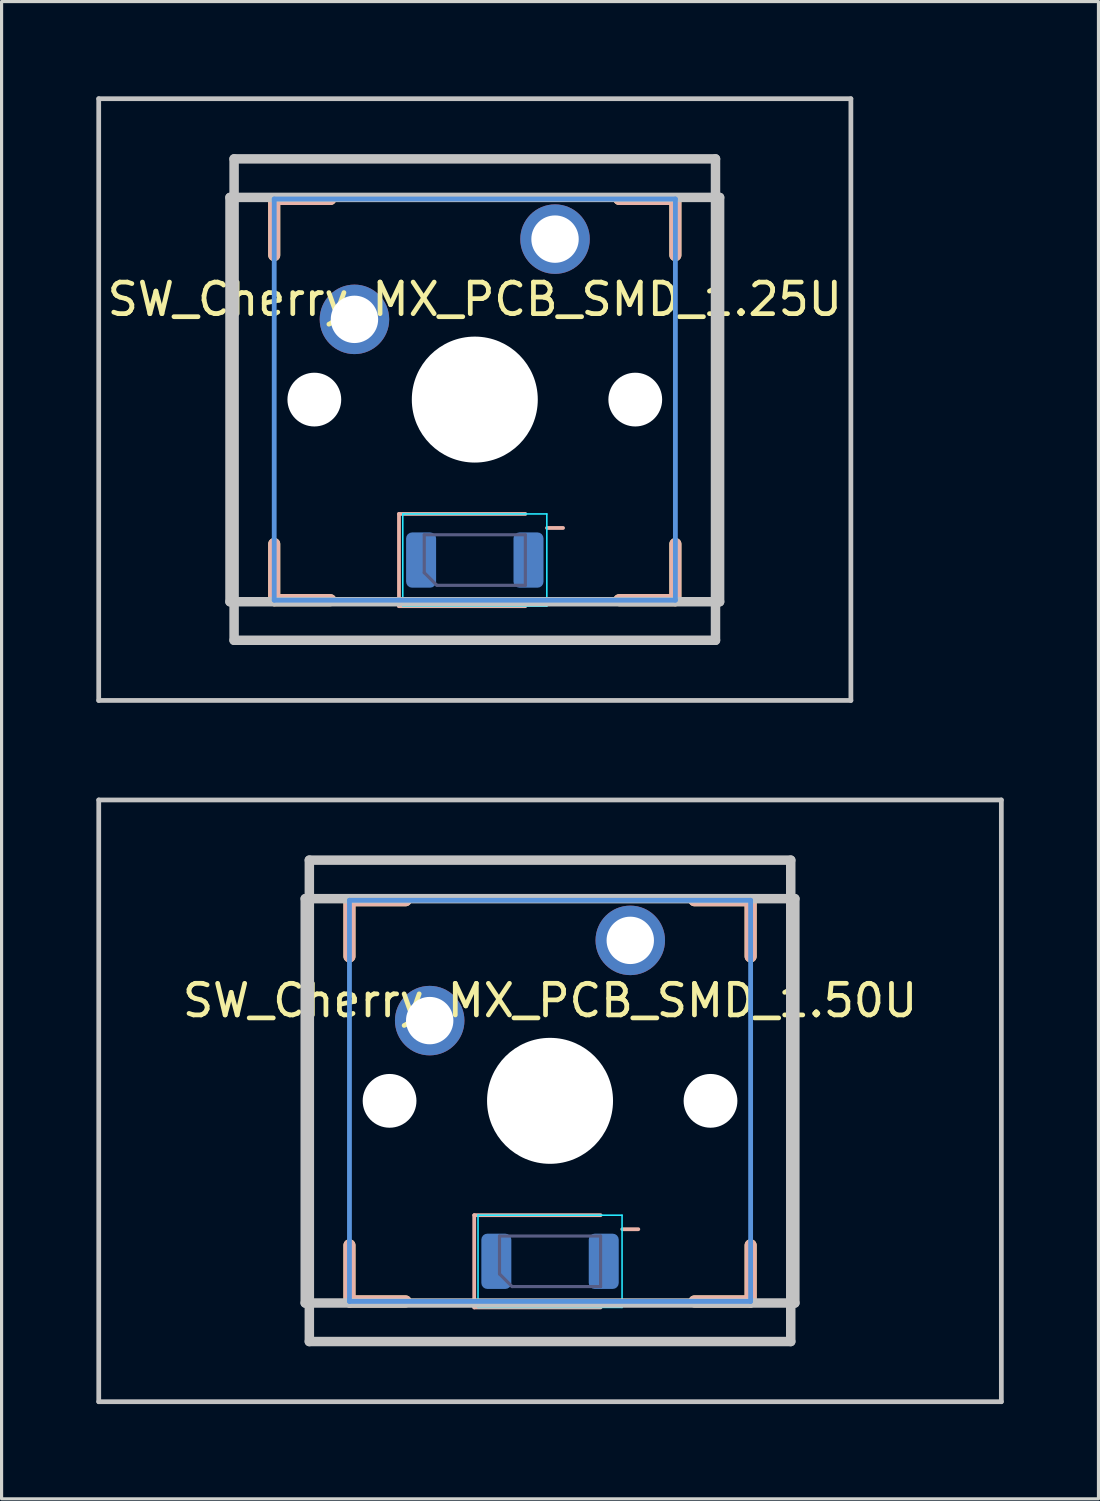
<source format=kicad_pcb>
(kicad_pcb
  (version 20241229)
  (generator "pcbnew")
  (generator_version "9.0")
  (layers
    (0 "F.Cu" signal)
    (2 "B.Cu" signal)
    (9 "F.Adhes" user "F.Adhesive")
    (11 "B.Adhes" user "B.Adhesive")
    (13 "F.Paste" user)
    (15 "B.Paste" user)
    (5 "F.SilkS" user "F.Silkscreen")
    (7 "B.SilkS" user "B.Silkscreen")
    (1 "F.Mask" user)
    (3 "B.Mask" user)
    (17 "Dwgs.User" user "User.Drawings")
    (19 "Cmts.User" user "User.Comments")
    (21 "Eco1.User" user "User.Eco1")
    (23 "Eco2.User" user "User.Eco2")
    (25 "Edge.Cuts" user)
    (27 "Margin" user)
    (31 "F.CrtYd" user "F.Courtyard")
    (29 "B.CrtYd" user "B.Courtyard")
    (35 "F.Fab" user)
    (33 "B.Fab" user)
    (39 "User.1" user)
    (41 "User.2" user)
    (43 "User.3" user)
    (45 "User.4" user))
  (footprint "SW_Cherry_MX_PCB_SMD_1.50U"
    (layer "F.Cu")
    (at 14.363 31.8)
    (property "Reference" "SW_Cherry_MX_PCB_SMD_1.50U" (at 0 -3.175 0) (layer "F.SilkS") (effects (font (size 1 1) (thickness 0.15))))
    (attr exclude_from_pos_files exclude_from_bom)
    (fp_line (start -6.35 -6.35) (end -4.572 -6.35) (stroke (width 0.381) (type solid)) (layer "F.SilkS"))
    (fp_line (start -6.35 -4.572) (end -6.35 -6.35) (stroke (width 0.381) (type solid)) (layer "F.SilkS"))
    (fp_line (start -6.35 6.35) (end -6.35 4.572) (stroke (width 0.381) (type solid)) (layer "F.SilkS"))
    (fp_line (start -4.572 6.35) (end -6.35 6.35) (stroke (width 0.381) (type solid)) (layer "F.SilkS"))
    (fp_line (start 4.572 -6.35) (end 6.35 -6.35) (stroke (width 0.381) (type solid)) (layer "F.SilkS"))
    (fp_line (start 6.35 -6.35) (end 6.35 -4.572) (stroke (width 0.381) (type solid)) (layer "F.SilkS"))
    (fp_line (start 6.35 4.572) (end 6.35 6.35) (stroke (width 0.381) (type solid)) (layer "F.SilkS"))
    (fp_line (start 6.35 6.35) (end 4.572 6.35) (stroke (width 0.381) (type solid)) (layer "F.SilkS"))
    (fp_line (start -6.35 -6.35) (end -6.35 -4.572) (stroke (width 0.381) (type solid)) (layer "B.SilkS"))
    (fp_line (start -6.35 4.572) (end -6.35 6.35) (stroke (width 0.381) (type solid)) (layer "B.SilkS"))
    (fp_line (start -6.35 6.35) (end -4.572 6.35) (stroke (width 0.381) (type solid)) (layer "B.SilkS"))
    (fp_line (start -4.572 -6.35) (end -6.35 -6.35) (stroke (width 0.381) (type solid)) (layer "B.SilkS"))
    (fp_line (start -2.4 3.62) (end 1.6 3.62) (stroke (width 0.12) (type solid)) (layer "B.SilkS"))
    (fp_line (start -2.4 6.54) (end -2.4 3.62) (stroke (width 0.12) (type solid)) (layer "B.SilkS"))
    (fp_line (start 1.6 6.54) (end -2.4 6.54) (stroke (width 0.12) (type solid)) (layer "B.SilkS"))
    (fp_line (start 2.286 4.064) (end 2.794 4.064) (stroke (width 0.12) (type solid)) (layer "B.SilkS"))
    (fp_line (start 4.572 6.35) (end 6.35 6.35) (stroke (width 0.381) (type solid)) (layer "B.SilkS"))
    (fp_line (start 6.35 -6.35) (end 4.572 -6.35) (stroke (width 0.381) (type solid)) (layer "B.SilkS"))
    (fp_line (start 6.35 -4.572) (end 6.35 -6.35) (stroke (width 0.381) (type solid)) (layer "B.SilkS"))
    (fp_line (start 6.35 6.35) (end 6.35 4.572) (stroke (width 0.381) (type solid)) (layer "B.SilkS"))
    (fp_line (start -14.287 -9.525) (end 14.287 -9.525) (stroke (width 0.15) (type solid)) (layer "Dwgs.User"))
    (fp_line (start -14.287 9.525) (end -14.287 -9.525) (stroke (width 0.15) (type solid)) (layer "Dwgs.User"))
    (fp_line (start -7.75 6.4) (end -7.75 -6.4) (stroke (width 0.3) (type solid)) (layer "Dwgs.User"))
    (fp_line (start -7.75 6.4) (end 7.75 6.4) (stroke (width 0.3) (type solid)) (layer "Dwgs.User"))
    (fp_line (start -7.62 -7.62) (end 7.62 -7.62) (stroke (width 0.3) (type solid)) (layer "Dwgs.User"))
    (fp_line (start -7.62 7.62) (end -7.62 -7.62) (stroke (width 0.3) (type solid)) (layer "Dwgs.User"))
    (fp_line (start 7.62 -7.62) (end 7.62 7.62) (stroke (width 0.3) (type solid)) (layer "Dwgs.User"))
    (fp_line (start 7.62 7.62) (end -7.62 7.62) (stroke (width 0.3) (type solid)) (layer "Dwgs.User"))
    (fp_line (start 7.75 -6.4) (end -7.75 -6.4) (stroke (width 0.3) (type solid)) (layer "Dwgs.User"))
    (fp_line (start 7.75 6.4) (end 7.75 -6.4) (stroke (width 0.3) (type solid)) (layer "Dwgs.User"))
    (fp_line (start 14.287 -9.525) (end 14.287 9.525) (stroke (width 0.15) (type solid)) (layer "Dwgs.User"))
    (fp_line (start 14.287 9.525) (end -14.287 9.525) (stroke (width 0.15) (type solid)) (layer "Dwgs.User"))
    (fp_line (start -6.35 -6.35) (end 6.35 -6.35) (stroke (width 0.152) (type solid)) (layer "Cmts.User"))
    (fp_line (start -6.35 6.35) (end -6.35 -6.35) (stroke (width 0.152) (type solid)) (layer "Cmts.User"))
    (fp_line (start 6.35 -6.35) (end 6.35 6.35) (stroke (width 0.152) (type solid)) (layer "Cmts.User"))
    (fp_line (start 6.35 6.35) (end -6.35 6.35) (stroke (width 0.152) (type solid)) (layer "Cmts.User"))
    (fp_line (start -6.985 -6.985) (end 6.985 -6.985) (stroke (width 0.152) (type solid)) (layer "Eco2.User"))
    (fp_line (start -6.985 6.985) (end -6.985 -6.985) (stroke (width 0.152) (type solid)) (layer "Eco2.User"))
    (fp_line (start 6.985 -6.985) (end 6.985 6.985) (stroke (width 0.152) (type solid)) (layer "Eco2.User"))
    (fp_line (start 6.985 6.985) (end -6.985 6.985) (stroke (width 0.152) (type solid)) (layer "Eco2.User"))
    (fp_line (start -2.28 3.62) (end -2.28 6.54) (stroke (width 0.05) (type solid)) (layer "B.CrtYd"))
    (fp_line (start -2.28 6.54) (end 2.28 6.54) (stroke (width 0.05) (type solid)) (layer "B.CrtYd"))
    (fp_line (start 2.28 3.62) (end -2.28 3.62) (stroke (width 0.05) (type solid)) (layer "B.CrtYd"))
    (fp_line (start 2.28 6.54) (end 2.28 3.62) (stroke (width 0.05) (type solid)) (layer "B.CrtYd"))
    (fp_line (start -1.6 4.28) (end 1.6 4.28) (stroke (width 0.1) (type solid)) (layer "B.Fab"))
    (fp_line (start -1.6 5.48) (end -1.6 4.28) (stroke (width 0.1) (type solid)) (layer "B.Fab"))
    (fp_line (start -1.2 5.88) (end -1.6 5.48) (stroke (width 0.1) (type solid)) (layer "B.Fab"))
    (fp_line (start 1.6 4.28) (end 1.6 5.88) (stroke (width 0.1) (type solid)) (layer "B.Fab"))
    (fp_line (start 1.6 5.88) (end -1.2 5.88) (stroke (width 0.1) (type solid)) (layer "B.Fab"))
    (pad "" np_thru_hole circle (at -5.08 0) (size 1.702 1.702) (drill 1.702) (layers "*.Cu" "*.Mask"))
    (pad "" np_thru_hole circle (at 0 0) (size 3.988 3.988) (drill 3.988) (layers "*.Cu" "*.Mask"))
    (pad "" np_thru_hole circle (at 5.08 0) (size 1.702 1.702) (drill 1.702) (layers "*.Cu" "*.Mask"))
    (pad "1" thru_hole circle (at -3.81 -2.54) (size 2.2 2.2) (drill 1.5) (layers "*.Cu" "*.Mask"))
    (pad "2" thru_hole circle (at 2.54 -5.08) (size 2.2 2.2) (drill 1.5) (layers "*.Cu" "*.Mask"))
    (pad "3" smd roundrect (at 1.7 5.08) (size 0.95 1.75) (layers "B.Cu" "B.Mask" "B.Paste") (roundrect_rratio 0.2))
    (pad "4" smd roundrect (at -1.7 5.08) (size 0.95 1.75) (layers "B.Cu" "B.Mask" "B.Paste") (roundrect_rratio 0.2)))
  (footprint "SW_Cherry_MX_PCB_SMD_1.25U"
    (layer "F.Cu")
    (at 11.981 9.6)
    (property "Reference" "SW_Cherry_MX_PCB_SMD_1.25U" (at 0 -3.175 0) (layer "F.SilkS") (effects (font (size 1 1) (thickness 0.15))))
    (attr exclude_from_pos_files exclude_from_bom)
    (fp_line (start -6.35 -6.35) (end -4.572 -6.35) (stroke (width 0.381) (type solid)) (layer "F.SilkS"))
    (fp_line (start -6.35 -4.572) (end -6.35 -6.35) (stroke (width 0.381) (type solid)) (layer "F.SilkS"))
    (fp_line (start -6.35 6.35) (end -6.35 4.572) (stroke (width 0.381) (type solid)) (layer "F.SilkS"))
    (fp_line (start -4.572 6.35) (end -6.35 6.35) (stroke (width 0.381) (type solid)) (layer "F.SilkS"))
    (fp_line (start 4.572 -6.35) (end 6.35 -6.35) (stroke (width 0.381) (type solid)) (layer "F.SilkS"))
    (fp_line (start 6.35 -6.35) (end 6.35 -4.572) (stroke (width 0.381) (type solid)) (layer "F.SilkS"))
    (fp_line (start 6.35 4.572) (end 6.35 6.35) (stroke (width 0.381) (type solid)) (layer "F.SilkS"))
    (fp_line (start 6.35 6.35) (end 4.572 6.35) (stroke (width 0.381) (type solid)) (layer "F.SilkS"))
    (fp_line (start -6.35 -6.35) (end -6.35 -4.572) (stroke (width 0.381) (type solid)) (layer "B.SilkS"))
    (fp_line (start -6.35 4.572) (end -6.35 6.35) (stroke (width 0.381) (type solid)) (layer "B.SilkS"))
    (fp_line (start -6.35 6.35) (end -4.572 6.35) (stroke (width 0.381) (type solid)) (layer "B.SilkS"))
    (fp_line (start -4.572 -6.35) (end -6.35 -6.35) (stroke (width 0.381) (type solid)) (layer "B.SilkS"))
    (fp_line (start -2.4 3.62) (end 1.6 3.62) (stroke (width 0.12) (type solid)) (layer "B.SilkS"))
    (fp_line (start -2.4 6.54) (end -2.4 3.62) (stroke (width 0.12) (type solid)) (layer "B.SilkS"))
    (fp_line (start 1.6 6.54) (end -2.4 6.54) (stroke (width 0.12) (type solid)) (layer "B.SilkS"))
    (fp_line (start 2.286 4.064) (end 2.794 4.064) (stroke (width 0.12) (type solid)) (layer "B.SilkS"))
    (fp_line (start 4.572 6.35) (end 6.35 6.35) (stroke (width 0.381) (type solid)) (layer "B.SilkS"))
    (fp_line (start 6.35 -6.35) (end 4.572 -6.35) (stroke (width 0.381) (type solid)) (layer "B.SilkS"))
    (fp_line (start 6.35 -4.572) (end 6.35 -6.35) (stroke (width 0.381) (type solid)) (layer "B.SilkS"))
    (fp_line (start 6.35 6.35) (end 6.35 4.572) (stroke (width 0.381) (type solid)) (layer "B.SilkS"))
    (fp_line (start -11.906 -9.525) (end 11.906 -9.525) (stroke (width 0.15) (type solid)) (layer "Dwgs.User"))
    (fp_line (start -11.906 9.525) (end -11.906 -9.525) (stroke (width 0.15) (type solid)) (layer "Dwgs.User"))
    (fp_line (start -7.75 6.4) (end -7.75 -6.4) (stroke (width 0.3) (type solid)) (layer "Dwgs.User"))
    (fp_line (start -7.75 6.4) (end 7.75 6.4) (stroke (width 0.3) (type solid)) (layer "Dwgs.User"))
    (fp_line (start -7.62 -7.62) (end 7.62 -7.62) (stroke (width 0.3) (type solid)) (layer "Dwgs.User"))
    (fp_line (start -7.62 7.62) (end -7.62 -7.62) (stroke (width 0.3) (type solid)) (layer "Dwgs.User"))
    (fp_line (start 7.62 -7.62) (end 7.62 7.62) (stroke (width 0.3) (type solid)) (layer "Dwgs.User"))
    (fp_line (start 7.62 7.62) (end -7.62 7.62) (stroke (width 0.3) (type solid)) (layer "Dwgs.User"))
    (fp_line (start 7.75 -6.4) (end -7.75 -6.4) (stroke (width 0.3) (type solid)) (layer "Dwgs.User"))
    (fp_line (start 7.75 6.4) (end 7.75 -6.4) (stroke (width 0.3) (type solid)) (layer "Dwgs.User"))
    (fp_line (start 11.906 -9.525) (end 11.906 9.525) (stroke (width 0.15) (type solid)) (layer "Dwgs.User"))
    (fp_line (start 11.906 9.525) (end -11.906 9.525) (stroke (width 0.15) (type solid)) (layer "Dwgs.User"))
    (fp_line (start -6.35 -6.35) (end 6.35 -6.35) (stroke (width 0.152) (type solid)) (layer "Cmts.User"))
    (fp_line (start -6.35 6.35) (end -6.35 -6.35) (stroke (width 0.152) (type solid)) (layer "Cmts.User"))
    (fp_line (start 6.35 -6.35) (end 6.35 6.35) (stroke (width 0.152) (type solid)) (layer "Cmts.User"))
    (fp_line (start 6.35 6.35) (end -6.35 6.35) (stroke (width 0.152) (type solid)) (layer "Cmts.User"))
    (fp_line (start -6.985 -6.985) (end 6.985 -6.985) (stroke (width 0.152) (type solid)) (layer "Eco2.User"))
    (fp_line (start -6.985 6.985) (end -6.985 -6.985) (stroke (width 0.152) (type solid)) (layer "Eco2.User"))
    (fp_line (start 6.985 -6.985) (end 6.985 6.985) (stroke (width 0.152) (type solid)) (layer "Eco2.User"))
    (fp_line (start 6.985 6.985) (end -6.985 6.985) (stroke (width 0.152) (type solid)) (layer "Eco2.User"))
    (fp_line (start -2.28 3.62) (end -2.28 6.54) (stroke (width 0.05) (type solid)) (layer "B.CrtYd"))
    (fp_line (start -2.28 6.54) (end 2.28 6.54) (stroke (width 0.05) (type solid)) (layer "B.CrtYd"))
    (fp_line (start 2.28 3.62) (end -2.28 3.62) (stroke (width 0.05) (type solid)) (layer "B.CrtYd"))
    (fp_line (start 2.28 6.54) (end 2.28 3.62) (stroke (width 0.05) (type solid)) (layer "B.CrtYd"))
    (fp_line (start -1.6 4.28) (end 1.6 4.28) (stroke (width 0.1) (type solid)) (layer "B.Fab"))
    (fp_line (start -1.6 5.48) (end -1.6 4.28) (stroke (width 0.1) (type solid)) (layer "B.Fab"))
    (fp_line (start -1.2 5.88) (end -1.6 5.48) (stroke (width 0.1) (type solid)) (layer "B.Fab"))
    (fp_line (start 1.6 4.28) (end 1.6 5.88) (stroke (width 0.1) (type solid)) (layer "B.Fab"))
    (fp_line (start 1.6 5.88) (end -1.2 5.88) (stroke (width 0.1) (type solid)) (layer "B.Fab"))
    (pad "" np_thru_hole circle (at -5.08 0) (size 1.702 1.702) (drill 1.702) (layers "*.Cu" "*.Mask"))
    (pad "" np_thru_hole circle (at 0 0) (size 3.988 3.988) (drill 3.988) (layers "*.Cu" "*.Mask"))
    (pad "" np_thru_hole circle (at 5.08 0) (size 1.702 1.702) (drill 1.702) (layers "*.Cu" "*.Mask"))
    (pad "1" thru_hole circle (at -3.81 -2.54) (size 2.2 2.2) (drill 1.5) (layers "*.Cu" "*.Mask"))
    (pad "2" thru_hole circle (at 2.54 -5.08) (size 2.2 2.2) (drill 1.5) (layers "*.Cu" "*.Mask"))
    (pad "3" smd roundrect (at 1.7 5.08) (size 0.95 1.75) (layers "B.Cu" "B.Mask" "B.Paste") (roundrect_rratio 0.2))
    (pad "4" smd roundrect (at -1.7 5.08) (size 0.95 1.75) (layers "B.Cu" "B.Mask" "B.Paste") (roundrect_rratio 0.2)))
  (gr_rect
    (start -3 -3)
    (end 31.725 44.4)
    (stroke (width 0.1) (type default))
    (fill no)
    (layer "Edge.Cuts")))
</source>
